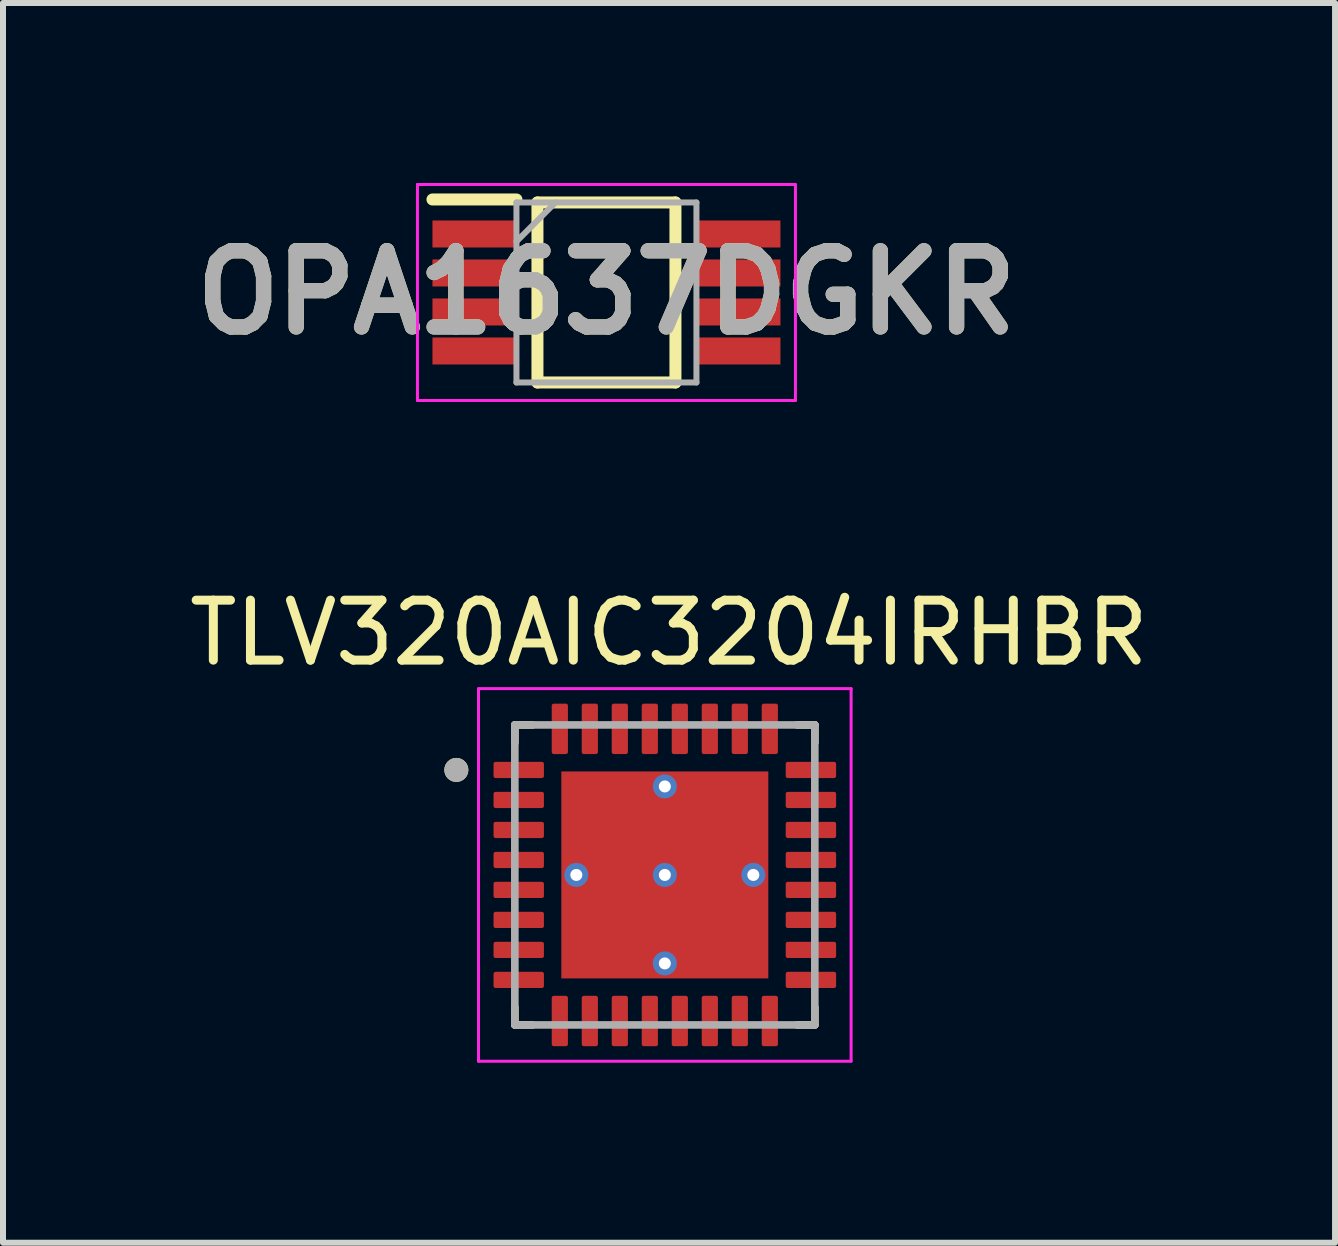
<source format=kicad_pcb>
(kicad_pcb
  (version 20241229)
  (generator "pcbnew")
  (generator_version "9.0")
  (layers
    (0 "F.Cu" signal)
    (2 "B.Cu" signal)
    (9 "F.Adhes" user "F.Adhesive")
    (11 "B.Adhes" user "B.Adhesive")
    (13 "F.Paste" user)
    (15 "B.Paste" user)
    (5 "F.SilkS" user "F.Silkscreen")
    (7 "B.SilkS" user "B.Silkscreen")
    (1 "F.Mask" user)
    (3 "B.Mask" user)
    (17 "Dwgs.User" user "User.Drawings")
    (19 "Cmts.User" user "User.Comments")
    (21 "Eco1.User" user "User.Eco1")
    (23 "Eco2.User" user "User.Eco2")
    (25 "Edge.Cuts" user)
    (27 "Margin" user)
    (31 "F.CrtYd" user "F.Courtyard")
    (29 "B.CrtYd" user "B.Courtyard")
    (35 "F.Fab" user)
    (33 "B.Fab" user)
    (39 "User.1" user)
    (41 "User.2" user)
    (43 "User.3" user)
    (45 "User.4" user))
  (footprint "OPA1637DGKR"
    (layer "F.Cu")
    (at 7.058 1.825)
    (property "Reference" "OPA1637DGKR" (at 0 0 0) (layer "F.SilkS") (effects (font (size 1.27 1.27) (thickness 0.254))))
    (attr smd)
    (fp_line (start -2.9 -1.55) (end -1.5 -1.55) (stroke (width 0.2) (type solid)) (layer "F.SilkS"))
    (fp_line (start -1.15 -1.5) (end 1.15 -1.5) (stroke (width 0.2) (type solid)) (layer "F.SilkS"))
    (fp_line (start -1.15 1.5) (end -1.15 -1.5) (stroke (width 0.2) (type solid)) (layer "F.SilkS"))
    (fp_line (start 1.15 -1.5) (end 1.15 1.5) (stroke (width 0.2) (type solid)) (layer "F.SilkS"))
    (fp_line (start 1.15 1.5) (end -1.15 1.5) (stroke (width 0.2) (type solid)) (layer "F.SilkS"))
    (fp_line (start -3.15 -1.8) (end 3.15 -1.8) (stroke (width 0.05) (type solid)) (layer "F.CrtYd"))
    (fp_line (start -3.15 1.8) (end -3.15 -1.8) (stroke (width 0.05) (type solid)) (layer "F.CrtYd"))
    (fp_line (start 3.15 -1.8) (end 3.15 1.8) (stroke (width 0.05) (type solid)) (layer "F.CrtYd"))
    (fp_line (start 3.15 1.8) (end -3.15 1.8) (stroke (width 0.05) (type solid)) (layer "F.CrtYd"))
    (fp_line (start -1.5 -1.5) (end 1.5 -1.5) (stroke (width 0.1) (type solid)) (layer "F.Fab"))
    (fp_line (start -1.5 -0.85) (end -0.85 -1.5) (stroke (width 0.1) (type solid)) (layer "F.Fab"))
    (fp_line (start -1.5 1.5) (end -1.5 -1.5) (stroke (width 0.1) (type solid)) (layer "F.Fab"))
    (fp_line (start 1.5 -1.5) (end 1.5 1.5) (stroke (width 0.1) (type solid)) (layer "F.Fab"))
    (fp_line (start 1.5 1.5) (end -1.5 1.5) (stroke (width 0.1) (type solid)) (layer "F.Fab"))
    (fp_text user "${REFERENCE}" (at 0 0 0) (layer "F.Fab") (effects (font (size 1.27 1.27) (thickness 0.254))))
    (pad "1" smd rect (at -2.2 -0.975 90) (size 0.45 1.4) (layers "F.Cu" "F.Mask" "F.Paste"))
    (pad "2" smd rect (at -2.2 -0.325 90) (size 0.45 1.4) (layers "F.Cu" "F.Mask" "F.Paste"))
    (pad "3" smd rect (at -2.2 0.325 90) (size 0.45 1.4) (layers "F.Cu" "F.Mask" "F.Paste"))
    (pad "4" smd rect (at -2.2 0.975 90) (size 0.45 1.4) (layers "F.Cu" "F.Mask" "F.Paste"))
    (pad "5" smd rect (at 2.2 0.975 90) (size 0.45 1.4) (layers "F.Cu" "F.Mask" "F.Paste"))
    (pad "6" smd rect (at 2.2 0.325 90) (size 0.45 1.4) (layers "F.Cu" "F.Mask" "F.Paste"))
    (pad "7" smd rect (at 2.2 -0.325 90) (size 0.45 1.4) (layers "F.Cu" "F.Mask" "F.Paste"))
    (pad "8" smd rect (at 2.2 -0.975 90) (size 0.45 1.4) (layers "F.Cu" "F.Mask" "F.Paste")))
  (footprint "TLV320AIC3204IRHBR"
    (layer "F.Cu")
    (at 8.031 11.533)
    (property "Reference" "TLV320AIC3204IRHBR" (at 0.07 -4.035 0) (layer "F.SilkS") (effects (font (size 1 1) (thickness 0.15))))
    (attr smd)
    (fp_line (start -2.5 -2.5) (end -2.5 -2.205) (stroke (width 0.127) (type solid)) (layer "F.SilkS"))
    (fp_line (start -2.5 -2.5) (end -2.205 -2.5) (stroke (width 0.127) (type solid)) (layer "F.SilkS"))
    (fp_line (start -2.5 2.5) (end -2.5 2.205) (stroke (width 0.127) (type solid)) (layer "F.SilkS"))
    (fp_line (start -2.5 2.5) (end -2.205 2.5) (stroke (width 0.127) (type solid)) (layer "F.SilkS"))
    (fp_line (start 2.5 -2.5) (end 2.205 -2.5) (stroke (width 0.127) (type solid)) (layer "F.SilkS"))
    (fp_line (start 2.5 -2.5) (end 2.5 -2.205) (stroke (width 0.127) (type solid)) (layer "F.SilkS"))
    (fp_line (start 2.5 2.5) (end 2.205 2.5) (stroke (width 0.127) (type solid)) (layer "F.SilkS"))
    (fp_line (start 2.5 2.5) (end 2.5 2.205) (stroke (width 0.127) (type solid)) (layer "F.SilkS"))
    (fp_circle (center -3.475 -1.75) (end -3.375 -1.75) (stroke (width 0.2) (type solid)) (fill no) (layer "F.SilkS"))
    (fp_poly (pts (xy -1.09 -1.09) (xy 1.09 -1.09) (xy 1.09 1.09) (xy -1.09 1.09)) (stroke (width 0.01) (type solid)) (fill yes) (layer "F.Paste"))
    (fp_line (start -3.105 -3.105) (end 3.105 -3.105) (stroke (width 0.05) (type solid)) (layer "F.CrtYd"))
    (fp_line (start -3.105 3.105) (end -3.105 -3.105) (stroke (width 0.05) (type solid)) (layer "F.CrtYd"))
    (fp_line (start -3.105 3.105) (end 3.105 3.105) (stroke (width 0.05) (type solid)) (layer "F.CrtYd"))
    (fp_line (start 3.105 3.105) (end 3.105 -3.105) (stroke (width 0.05) (type solid)) (layer "F.CrtYd"))
    (fp_line (start -2.5 2.5) (end -2.5 -2.5) (stroke (width 0.127) (type solid)) (layer "F.Fab"))
    (fp_line (start 2.5 -2.5) (end -2.5 -2.5) (stroke (width 0.127) (type solid)) (layer "F.Fab"))
    (fp_line (start 2.5 2.5) (end -2.5 2.5) (stroke (width 0.127) (type solid)) (layer "F.Fab"))
    (fp_line (start 2.5 2.5) (end 2.5 -2.5) (stroke (width 0.127) (type solid)) (layer "F.Fab"))
    (fp_circle (center -3.475 -1.75) (end -3.375 -1.75) (stroke (width 0.2) (type solid)) (fill no) (layer "F.Fab"))
    (pad "1" smd roundrect (at -2.435 -1.75) (size 0.84 0.27) (layers "F.Cu" "F.Mask" "F.Paste") (roundrect_rratio 0.125))
    (pad "2" smd roundrect (at -2.435 -1.25) (size 0.84 0.27) (layers "F.Cu" "F.Mask" "F.Paste") (roundrect_rratio 0.125))
    (pad "3" smd roundrect (at -2.435 -0.75) (size 0.84 0.27) (layers "F.Cu" "F.Mask" "F.Paste") (roundrect_rratio 0.125))
    (pad "4" smd roundrect (at -2.435 -0.25) (size 0.84 0.27) (layers "F.Cu" "F.Mask" "F.Paste") (roundrect_rratio 0.125))
    (pad "5" smd roundrect (at -2.435 0.25) (size 0.84 0.27) (layers "F.Cu" "F.Mask" "F.Paste") (roundrect_rratio 0.125))
    (pad "6" smd roundrect (at -2.435 0.75) (size 0.84 0.27) (layers "F.Cu" "F.Mask" "F.Paste") (roundrect_rratio 0.125))
    (pad "7" smd roundrect (at -2.435 1.25) (size 0.84 0.27) (layers "F.Cu" "F.Mask" "F.Paste") (roundrect_rratio 0.125))
    (pad "8" smd roundrect (at -2.435 1.75) (size 0.84 0.27) (layers "F.Cu" "F.Mask" "F.Paste") (roundrect_rratio 0.125))
    (pad "9" smd roundrect (at -1.75 2.435) (size 0.27 0.84) (layers "F.Cu" "F.Mask" "F.Paste") (roundrect_rratio 0.125))
    (pad "10" smd roundrect (at -1.25 2.435) (size 0.27 0.84) (layers "F.Cu" "F.Mask" "F.Paste") (roundrect_rratio 0.125))
    (pad "11" smd roundrect (at -0.75 2.435) (size 0.27 0.84) (layers "F.Cu" "F.Mask" "F.Paste") (roundrect_rratio 0.125))
    (pad "12" smd roundrect (at -0.25 2.435) (size 0.27 0.84) (layers "F.Cu" "F.Mask" "F.Paste") (roundrect_rratio 0.125))
    (pad "13" smd roundrect (at 0.25 2.435) (size 0.27 0.84) (layers "F.Cu" "F.Mask" "F.Paste") (roundrect_rratio 0.125))
    (pad "14" smd roundrect (at 0.75 2.435) (size 0.27 0.84) (layers "F.Cu" "F.Mask" "F.Paste") (roundrect_rratio 0.125))
    (pad "15" smd roundrect (at 1.25 2.435) (size 0.27 0.84) (layers "F.Cu" "F.Mask" "F.Paste") (roundrect_rratio 0.125))
    (pad "16" smd roundrect (at 1.75 2.435) (size 0.27 0.84) (layers "F.Cu" "F.Mask" "F.Paste") (roundrect_rratio 0.125))
    (pad "17" smd roundrect (at 2.435 1.75) (size 0.84 0.27) (layers "F.Cu" "F.Mask" "F.Paste") (roundrect_rratio 0.125))
    (pad "18" smd roundrect (at 2.435 1.25) (size 0.84 0.27) (layers "F.Cu" "F.Mask" "F.Paste") (roundrect_rratio 0.125))
    (pad "19" smd roundrect (at 2.435 0.75) (size 0.84 0.27) (layers "F.Cu" "F.Mask" "F.Paste") (roundrect_rratio 0.125))
    (pad "20" smd roundrect (at 2.435 0.25) (size 0.84 0.27) (layers "F.Cu" "F.Mask" "F.Paste") (roundrect_rratio 0.125))
    (pad "21" smd roundrect (at 2.435 -0.25) (size 0.84 0.27) (layers "F.Cu" "F.Mask" "F.Paste") (roundrect_rratio 0.125))
    (pad "22" smd roundrect (at 2.435 -0.75) (size 0.84 0.27) (layers "F.Cu" "F.Mask" "F.Paste") (roundrect_rratio 0.125))
    (pad "23" smd roundrect (at 2.435 -1.25) (size 0.84 0.27) (layers "F.Cu" "F.Mask" "F.Paste") (roundrect_rratio 0.125))
    (pad "24" smd roundrect (at 2.435 -1.75) (size 0.84 0.27) (layers "F.Cu" "F.Mask" "F.Paste") (roundrect_rratio 0.125))
    (pad "25" smd roundrect (at 1.75 -2.435) (size 0.27 0.84) (layers "F.Cu" "F.Mask" "F.Paste") (roundrect_rratio 0.125))
    (pad "26" smd roundrect (at 1.25 -2.435) (size 0.27 0.84) (layers "F.Cu" "F.Mask" "F.Paste") (roundrect_rratio 0.125))
    (pad "27" smd roundrect (at 0.75 -2.435) (size 0.27 0.84) (layers "F.Cu" "F.Mask" "F.Paste") (roundrect_rratio 0.125))
    (pad "28" smd roundrect (at 0.25 -2.435) (size 0.27 0.84) (layers "F.Cu" "F.Mask" "F.Paste") (roundrect_rratio 0.125))
    (pad "29" smd roundrect (at -0.25 -2.435) (size 0.27 0.84) (layers "F.Cu" "F.Mask" "F.Paste") (roundrect_rratio 0.125))
    (pad "30" smd roundrect (at -0.75 -2.435) (size 0.27 0.84) (layers "F.Cu" "F.Mask" "F.Paste") (roundrect_rratio 0.125))
    (pad "31" smd roundrect (at -1.25 -2.435) (size 0.27 0.84) (layers "F.Cu" "F.Mask" "F.Paste") (roundrect_rratio 0.125))
    (pad "32" smd roundrect (at -1.75 -2.435) (size 0.27 0.84) (layers "F.Cu" "F.Mask" "F.Paste") (roundrect_rratio 0.125))
    (pad "33" smd rect (at 0 0) (size 3.45 3.45) (layers "F.Cu" "F.Mask"))
    (pad "34" thru_hole circle (at 0 0) (size 0.4 0.4) (drill 0.2) (layers "*.Cu"))
    (pad "35" thru_hole circle (at -1.475 0) (size 0.4 0.4) (drill 0.2) (layers "*.Cu"))
    (pad "36" thru_hole circle (at 0 -1.475) (size 0.4 0.4) (drill 0.2) (layers "*.Cu"))
    (pad "37" thru_hole circle (at 1.475 0) (size 0.4 0.4) (drill 0.2) (layers "*.Cu"))
    (pad "38" thru_hole circle (at 0 1.475) (size 0.4 0.4) (drill 0.2) (layers "*.Cu")))
  (gr_rect
    (start -3 -3)
    (end 19.202 17.663)
    (stroke (width 0.1) (type default))
    (fill no)
    (layer "Edge.Cuts")))
</source>
